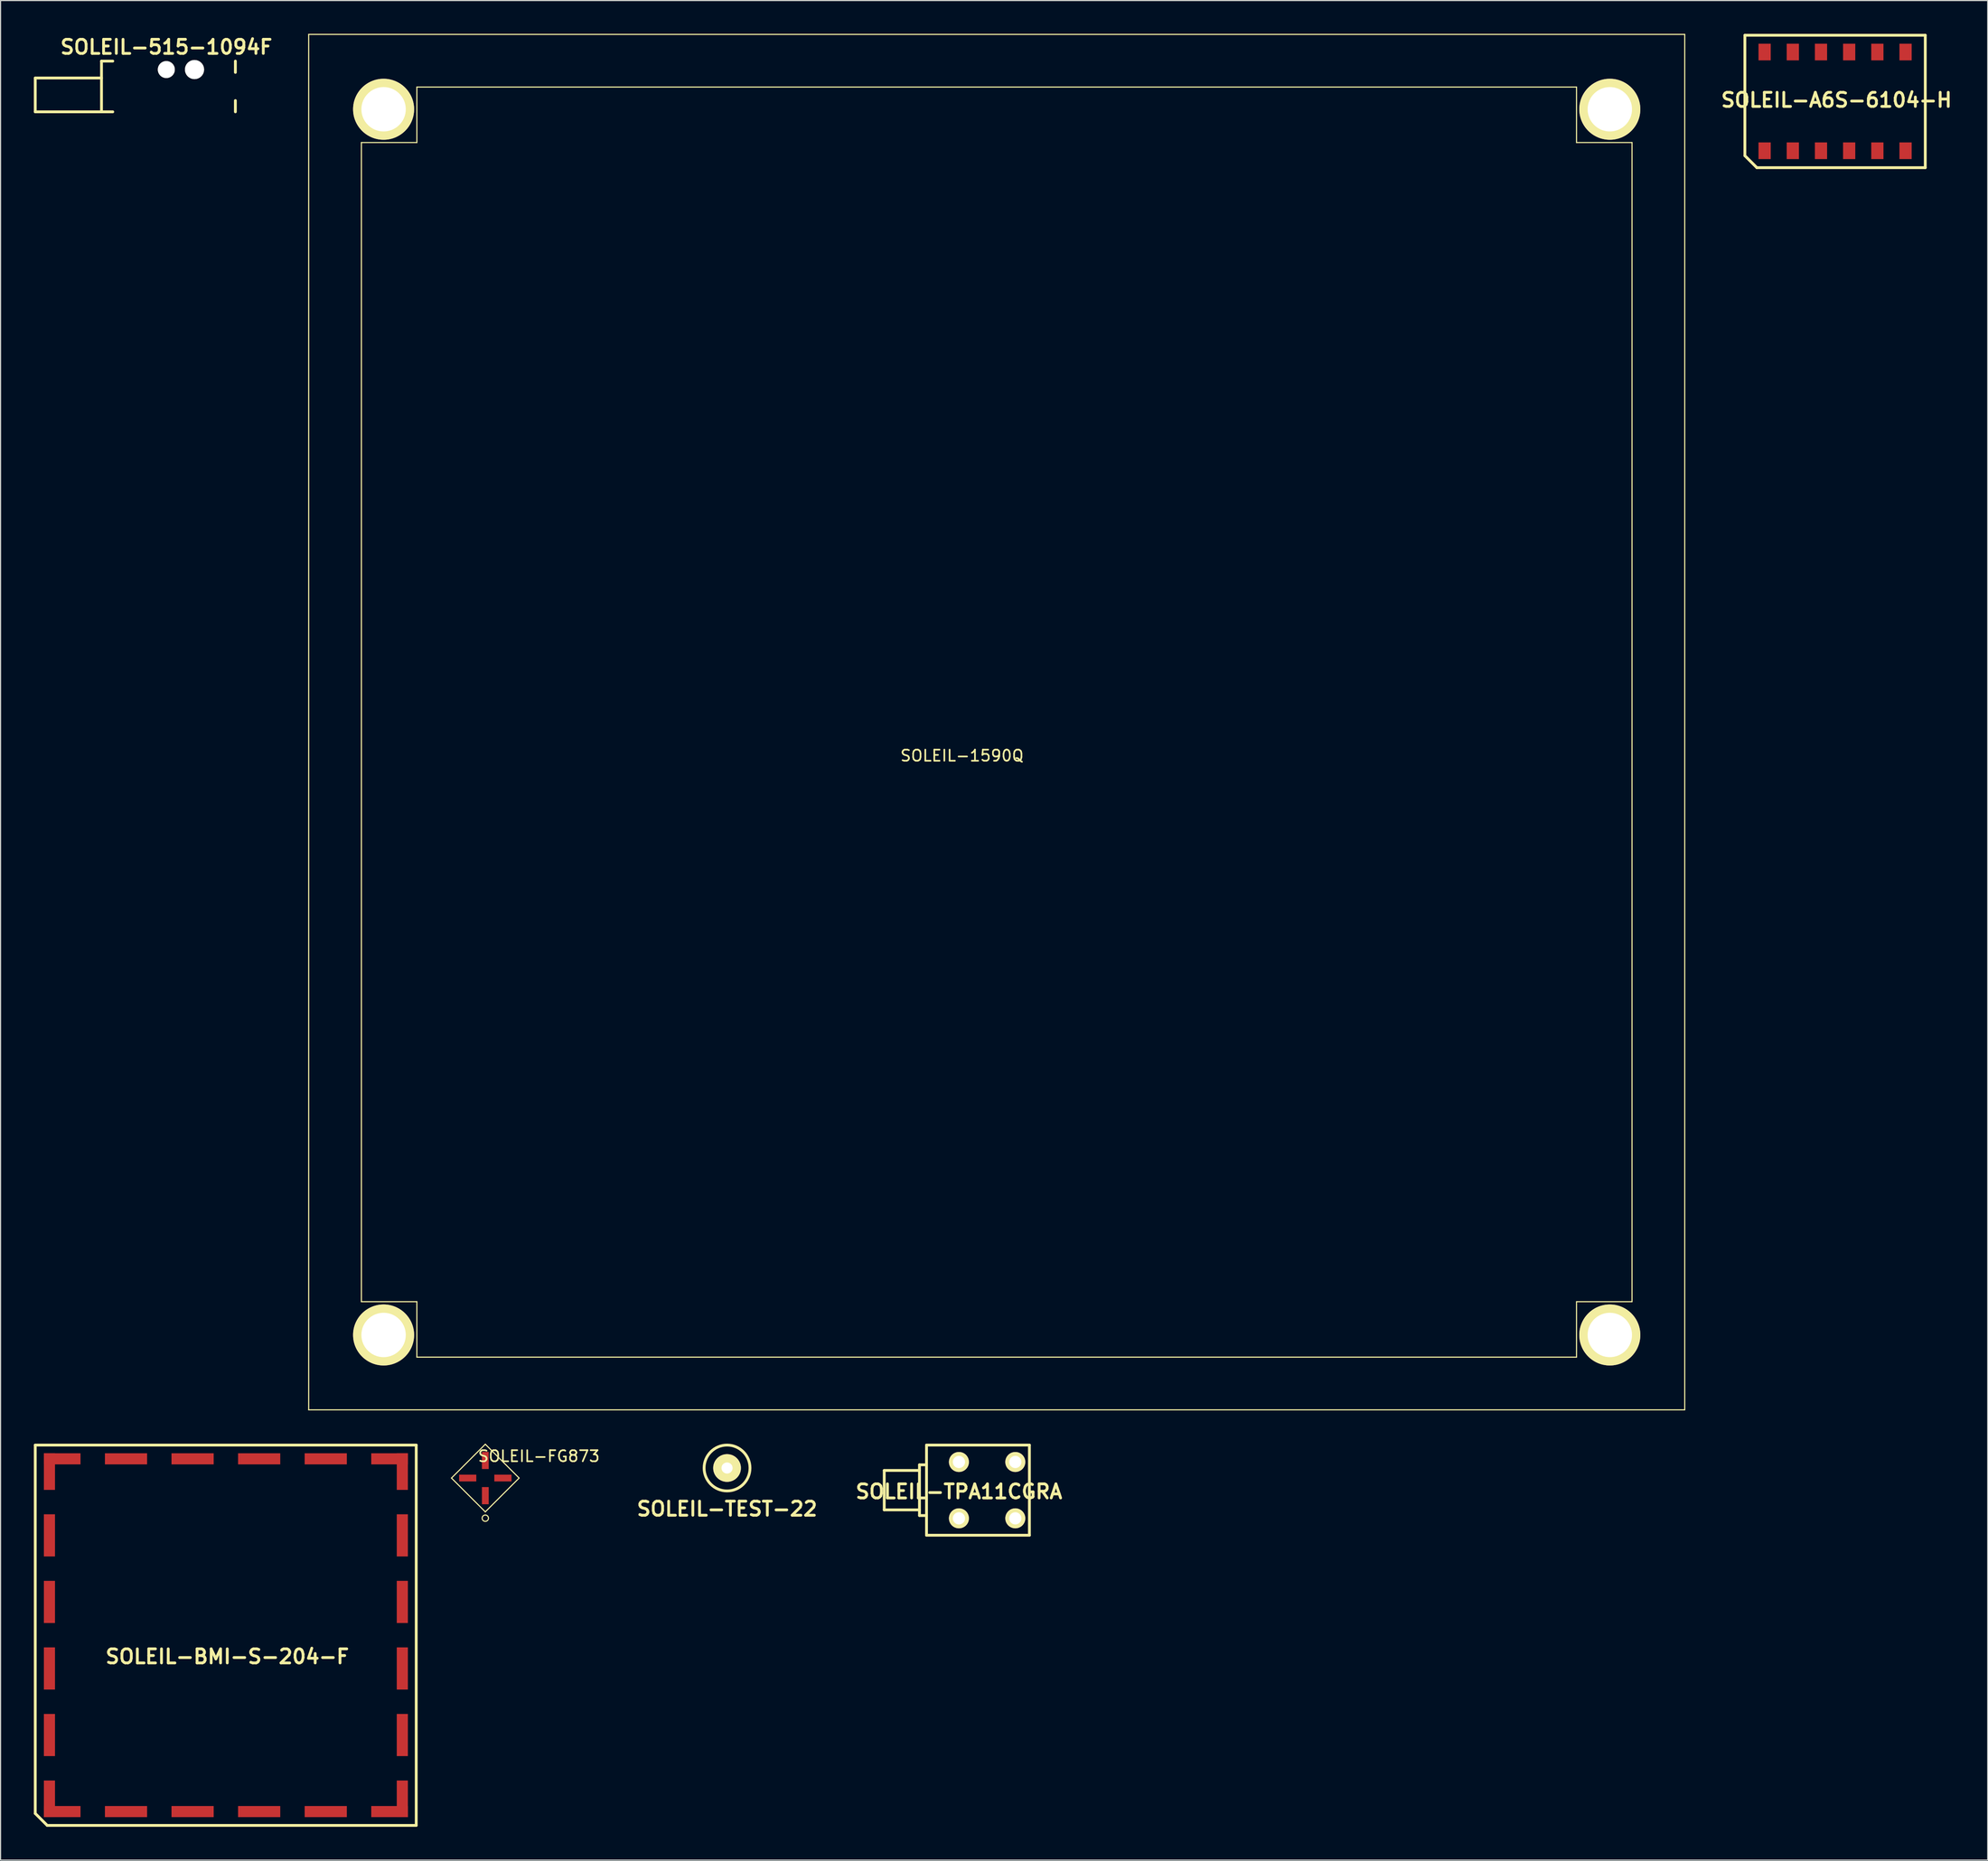
<source format=kicad_pcb>
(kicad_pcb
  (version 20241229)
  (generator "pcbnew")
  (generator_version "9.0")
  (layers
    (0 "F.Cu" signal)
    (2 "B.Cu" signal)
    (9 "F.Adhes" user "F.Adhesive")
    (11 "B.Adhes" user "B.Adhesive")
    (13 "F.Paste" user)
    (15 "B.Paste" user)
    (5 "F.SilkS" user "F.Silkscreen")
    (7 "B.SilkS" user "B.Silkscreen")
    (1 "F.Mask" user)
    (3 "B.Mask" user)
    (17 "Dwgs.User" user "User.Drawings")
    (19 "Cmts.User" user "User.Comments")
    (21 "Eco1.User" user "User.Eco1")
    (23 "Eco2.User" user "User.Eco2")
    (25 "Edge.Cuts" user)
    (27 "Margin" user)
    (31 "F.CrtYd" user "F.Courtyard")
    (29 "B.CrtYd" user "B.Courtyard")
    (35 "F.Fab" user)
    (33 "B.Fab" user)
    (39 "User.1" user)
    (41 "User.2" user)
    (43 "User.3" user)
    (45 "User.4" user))
  (footprint "SOLEIL-TPA11CGRA"
    (layer "F.Cu")
    (at 88.443 133.831)
    (property "Reference" "SOLEIL-TPA11CGRA" (at -5.08 -2.413 0) (layer "F.SilkS") (effects (font (size 1.27 1.27) (thickness 0.254))))
    (attr through_hole)
    (fp_line (start -11.811 -4.318) (end -8.636 -4.318) (stroke (width 0.254) (type solid)) (layer "F.SilkS"))
    (fp_line (start -11.811 -0.762) (end -11.811 -4.318) (stroke (width 0.254) (type solid)) (layer "F.SilkS"))
    (fp_line (start -11.811 -0.762) (end -8.636 -0.762) (stroke (width 0.254) (type solid)) (layer "F.SilkS"))
    (fp_line (start -8.636 -4.826) (end -8.636 -0.254) (stroke (width 0.254) (type solid)) (layer "F.SilkS"))
    (fp_line (start -8.636 -0.254) (end -8.001 -0.254) (stroke (width 0.254) (type solid)) (layer "F.SilkS"))
    (fp_line (start -8.128 -4.826) (end -8.636 -4.826) (stroke (width 0.254) (type solid)) (layer "F.SilkS"))
    (fp_line (start -8.001 -6.604) (end -8.001 1.524) (stroke (width 0.254) (type solid)) (layer "F.SilkS"))
    (fp_line (start 1.27 -6.604) (end -8.001 -6.604) (stroke (width 0.254) (type solid)) (layer "F.SilkS"))
    (fp_line (start 1.27 -6.604) (end 1.27 1.524) (stroke (width 0.254) (type solid)) (layer "F.SilkS"))
    (fp_line (start 1.27 1.524) (end -8.001 1.524) (stroke (width 0.254) (type solid)) (layer "F.SilkS"))
    (pad "1" thru_hole circle (at 0 0) (size 1.801 1.801) (drill 1.1) (layers "*.Cu" "*.Mask" "F.SilkS"))
    (pad "2" thru_hole circle (at 0 -5.08) (size 1.801 1.801) (drill 1.1) (layers "*.Cu" "*.Mask" "F.SilkS"))
    (pad "3" thru_hole circle (at -5.08 -5.08) (size 1.801 1.801) (drill 1.1) (layers "*.Cu" "*.Mask" "F.SilkS"))
    (pad "4" thru_hole circle (at -5.08 0) (size 1.801 1.801) (drill 1.1) (layers "*.Cu" "*.Mask" "F.SilkS")))
  (footprint "SOLEIL-FG873"
    (layer "F.Cu")
    (at 40.683 131.786)
    (property "Reference" "SOLEIL-FG873" (at 4.826 -3.556 0) (layer "F.SilkS") (effects (font (size 1 1) (thickness 0.15))))
    (attr through_hole)
    (fp_line (start -3.048 -1.587) (end 0 -4.636) (stroke (width 0.1) (type solid)) (layer "F.SilkS"))
    (fp_line (start 0 -4.636) (end 3.048 -1.587) (stroke (width 0.1) (type solid)) (layer "F.SilkS"))
    (fp_line (start 0 1.46) (end -3.048 -1.587) (stroke (width 0.1) (type solid)) (layer "F.SilkS"))
    (fp_line (start 3.048 -1.587) (end 0 1.46) (stroke (width 0.1) (type solid)) (layer "F.SilkS"))
    (fp_circle (center 0 2.032) (end 0.127 2.286) (stroke (width 0.1) (type solid)) (fill no) (layer "F.SilkS"))
    (pad "1" smd rect (at 0 0) (size 0.61 1.549) (layers "F.Cu" "F.Mask" "F.Paste"))
    (pad "2" smd rect (at 1.587 -1.587) (size 1.549 0.61) (layers "F.Cu" "F.Mask" "F.Paste"))
    (pad "3" smd rect (at 0 -3.175) (size 0.61 1.549) (layers "F.Cu" "F.Mask" "F.Paste"))
    (pad "4" smd rect (at -1.587 -1.587) (size 1.549 0.61) (layers "F.Cu" "F.Mask" "F.Paste")))
  (footprint "SOLEIL-1590Q"
    (layer "F.Cu")
    (at 26.767 122.05)
    (property "Reference" "SOLEIL-1590Q" (at 56.875 -56.975 0) (layer "F.SilkS") (effects (font (size 1 1) (thickness 0.15))))
    (attr through_hole)
    (fp_line (start -2 -122) (end -2 2) (stroke (width 0.1) (type solid)) (layer "F.SilkS"))
    (fp_line (start -2 2) (end 122 2) (stroke (width 0.1) (type solid)) (layer "F.SilkS"))
    (fp_line (start 2.75 -112.25) (end 2.75 -7.75) (stroke (width 0.1) (type solid)) (layer "F.SilkS"))
    (fp_line (start 2.75 -112.25) (end 7.75 -112.25) (stroke (width 0.1) (type solid)) (layer "F.SilkS"))
    (fp_line (start 7.75 -112.25) (end 7.75 -117.25) (stroke (width 0.1) (type solid)) (layer "F.SilkS"))
    (fp_line (start 7.75 -7.75) (end 2.75 -7.75) (stroke (width 0.1) (type solid)) (layer "F.SilkS"))
    (fp_line (start 7.75 -2.75) (end 7.75 -7.75) (stroke (width 0.1) (type solid)) (layer "F.SilkS"))
    (fp_line (start 7.75 -2.75) (end 112.25 -2.75) (stroke (width 0.1) (type solid)) (layer "F.SilkS"))
    (fp_line (start 112.25 -117.25) (end 7.75 -117.25) (stroke (width 0.1) (type solid)) (layer "F.SilkS"))
    (fp_line (start 112.25 -117.25) (end 112.25 -112.25) (stroke (width 0.1) (type solid)) (layer "F.SilkS"))
    (fp_line (start 112.25 -112.25) (end 117.25 -112.25) (stroke (width 0.1) (type solid)) (layer "F.SilkS"))
    (fp_line (start 112.25 -7.75) (end 112.25 -2.75) (stroke (width 0.1) (type solid)) (layer "F.SilkS"))
    (fp_line (start 117.25 -112.25) (end 117.25 -7.75) (stroke (width 0.1) (type solid)) (layer "F.SilkS"))
    (fp_line (start 117.25 -7.75) (end 112.25 -7.75) (stroke (width 0.1) (type solid)) (layer "F.SilkS"))
    (fp_line (start 122 -122) (end -2 -122) (stroke (width 0.1) (type solid)) (layer "F.SilkS"))
    (fp_line (start 122 2) (end 122 -122) (stroke (width 0.1) (type solid)) (layer "F.SilkS"))
    (pad "" smd rect (at 0 -60) (size 2.5 120) (layers "F.Mask"))
    (pad "" smd rect (at 60 -120) (size 122.5 2.5) (layers "F.Mask"))
    (pad "" smd rect (at 60 0) (size 122.5 2.5) (layers "F.Mask"))
    (pad "" smd rect (at 120 -60) (size 2.5 120) (layers "F.Mask"))
    (pad "1" thru_hole circle (at 4.75 -4.75) (size 5.5 5.5) (drill 4) (layers "*.Cu" "*.Mask" "F.SilkS"))
    (pad "3" thru_hole circle (at 115.25 -4.75) (size 5.5 5.5) (drill 4) (layers "*.Cu" "*.Mask" "F.SilkS"))
    (pad "5" thru_hole circle (at 115.25 -115.25) (size 5.5 5.5) (drill 4) (layers "*.Cu" "*.Mask" "F.SilkS"))
    (pad "7" thru_hole circle (at 4.75 -115.25) (size 5.5 5.5) (drill 4) (layers "*.Cu" "*.Mask" "F.SilkS")))
  (footprint "SOLEIL-A6S-6104-H"
    (layer "F.Cu")
    (at 155.966 10.541)
    (property "Reference" "SOLEIL-A6S-6104-H" (at 6.477 -4.572 0) (layer "F.SilkS") (effects (font (size 1.27 1.27) (thickness 0.254))))
    (attr through_hole)
    (fp_line (start -1.778 -10.414) (end 14.478 -10.414) (stroke (width 0.254) (type solid)) (layer "F.SilkS"))
    (fp_line (start -1.778 0.445) (end -1.778 -10.414) (stroke (width 0.254) (type solid)) (layer "F.SilkS"))
    (fp_line (start -1.778 0.445) (end -0.699 1.524) (stroke (width 0.254) (type solid)) (layer "F.SilkS"))
    (fp_line (start -0.699 1.524) (end 14.478 1.524) (stroke (width 0.254) (type solid)) (layer "F.SilkS"))
    (fp_line (start 14.478 -10.414) (end 14.478 1.524) (stroke (width 0.254) (type solid)) (layer "F.SilkS"))
    (pad "1" smd rect (at 0 0) (size 1.1 1.501) (layers "F.Cu" "F.Mask" "F.Paste"))
    (pad "2" smd rect (at 2.54 0) (size 1.1 1.501) (layers "F.Cu" "F.Mask" "F.Paste"))
    (pad "3" smd rect (at 5.08 0) (size 1.1 1.501) (layers "F.Cu" "F.Mask" "F.Paste"))
    (pad "4" smd rect (at 7.62 0) (size 1.1 1.501) (layers "F.Cu" "F.Mask" "F.Paste"))
    (pad "5" smd rect (at 10.16 0) (size 1.1 1.501) (layers "F.Cu" "F.Mask" "F.Paste"))
    (pad "6" smd rect (at 12.7 0) (size 1.1 1.501) (layers "F.Cu" "F.Mask" "F.Paste"))
    (pad "7" smd rect (at 12.7 -8.9) (size 1.1 1.501) (layers "F.Cu" "F.Mask" "F.Paste"))
    (pad "8" smd rect (at 10.16 -8.9) (size 1.1 1.501) (layers "F.Cu" "F.Mask" "F.Paste"))
    (pad "9" smd rect (at 7.62 -8.9) (size 1.1 1.501) (layers "F.Cu" "F.Mask" "F.Paste"))
    (pad "10" smd rect (at 5.08 -8.9) (size 1.1 1.501) (layers "F.Cu" "F.Mask" "F.Paste"))
    (pad "11" smd rect (at 2.54 -8.9) (size 1.1 1.501) (layers "F.Cu" "F.Mask" "F.Paste"))
    (pad "12" smd rect (at 0 -8.9) (size 1.1 1.501) (layers "F.Cu" "F.Mask" "F.Paste")))
  (footprint "SOLEIL-515-1094F"
    (layer "F.Cu")
    (at 11.938 3.221)
    (property "Reference" "SOLEIL-515-1094F" (at 0 -2.032 0) (layer "F.SilkS") (effects (font (size 1.27 1.27) (thickness 0.254))))
    (attr through_hole)
    (fp_line (start -11.811 0.762) (end -5.842 0.762) (stroke (width 0.254) (type solid)) (layer "F.SilkS"))
    (fp_line (start -11.811 3.81) (end -11.811 0.762) (stroke (width 0.254) (type solid)) (layer "F.SilkS"))
    (fp_line (start -11.811 3.81) (end -4.826 3.81) (stroke (width 0.254) (type solid)) (layer "F.SilkS"))
    (fp_line (start -5.842 -0.762) (end -4.826 -0.762) (stroke (width 0.254) (type solid)) (layer "F.SilkS"))
    (fp_line (start -5.842 3.81) (end -5.842 -0.762) (stroke (width 0.254) (type solid)) (layer "F.SilkS"))
    (fp_line (start 6.223 -0.762) (end 6.223 0.254) (stroke (width 0.254) (type solid)) (layer "F.SilkS"))
    (fp_line (start 6.223 3.81) (end 6.223 2.794) (stroke (width 0.254) (type solid)) (layer "F.SilkS"))
    (pad "" np_thru_hole circle (at 0 0) (size 1.529 1.529) (drill 1.529) (layers "*.Cu" "*.Mask" "F.SilkS"))
    (pad "" np_thru_hole circle (at 2.54 0) (size 1.72 1.72) (drill 1.72) (layers "*.Cu" "*.Mask" "F.SilkS")))
  (footprint "SOLEIL-BMI-S-204-F"
    (layer "F.Cu")
    (at 2.555 160.266)
    (property "Reference" "SOLEIL-BMI-S-204-F" (at 14.875 -13.975 0) (layer "F.SilkS") (effects (font (size 1.27 1.27) (thickness 0.254))))
    (attr through_hole)
    (fp_line (start -2.428 -33.039) (end 31.903 -33.039) (stroke (width 0.254) (type solid)) (layer "F.SilkS"))
    (fp_line (start -2.428 0.17) (end -2.428 -33.039) (stroke (width 0.254) (type solid)) (layer "F.SilkS"))
    (fp_line (start -2.428 0.17) (end -1.349 1.249) (stroke (width 0.254) (type solid)) (layer "F.SilkS"))
    (fp_line (start -1.349 1.249) (end 31.9 1.249) (stroke (width 0.254) (type solid)) (layer "F.SilkS"))
    (fp_line (start 31.903 -33.039) (end 31.903 1.249) (stroke (width 0.254) (type solid)) (layer "F.SilkS"))
    (pad "1" smd rect (at 0 0) (size 3.3 1) (layers "F.Cu" "F.Mask" "F.Paste"))
    (pad "2" smd rect (at 5.75 0) (size 3.8 1) (layers "F.Cu" "F.Mask" "F.Paste"))
    (pad "3" smd rect (at 11.75 0) (size 3.8 1) (layers "F.Cu" "F.Mask" "F.Paste"))
    (pad "4" smd rect (at 17.75 0) (size 3.8 1) (layers "F.Cu" "F.Mask" "F.Paste"))
    (pad "5" smd rect (at 23.75 0) (size 3.8 1) (layers "F.Cu" "F.Mask" "F.Paste"))
    (pad "6" smd rect (at 29.5 0) (size 3.3 1) (layers "F.Cu" "F.Mask" "F.Paste"))
    (pad "7" smd rect (at 30.65 -1.15) (size 1 3.3) (layers "F.Cu" "F.Mask" "F.Paste"))
    (pad "8" smd rect (at 30.65 -6.9) (size 1 3.8) (layers "F.Cu" "F.Mask" "F.Paste"))
    (pad "9" smd rect (at 30.65 -12.9) (size 1 3.8) (layers "F.Cu" "F.Mask" "F.Paste"))
    (pad "10" smd rect (at 30.65 -18.9) (size 1 3.8) (layers "F.Cu" "F.Mask" "F.Paste"))
    (pad "11" smd rect (at 30.65 -24.9) (size 1 3.8) (layers "F.Cu" "F.Mask" "F.Paste"))
    (pad "12" smd rect (at 30.65 -30.65) (size 1 3.3) (layers "F.Cu" "F.Mask" "F.Paste"))
    (pad "13" smd rect (at 29.5 -31.8) (size 3.3 1) (layers "F.Cu" "F.Mask" "F.Paste"))
    (pad "14" smd rect (at 23.75 -31.8) (size 3.8 1) (layers "F.Cu" "F.Mask" "F.Paste"))
    (pad "15" smd rect (at 17.75 -31.8) (size 3.8 1) (layers "F.Cu" "F.Mask" "F.Paste"))
    (pad "16" smd rect (at 11.75 -31.8) (size 3.8 1) (layers "F.Cu" "F.Mask" "F.Paste"))
    (pad "17" smd rect (at 5.75 -31.8) (size 3.8 1) (layers "F.Cu" "F.Mask" "F.Paste"))
    (pad "18" smd rect (at 0 -31.8) (size 3.3 1) (layers "F.Cu" "F.Mask" "F.Paste"))
    (pad "19" smd rect (at -1.15 -30.65) (size 1 3.3) (layers "F.Cu" "F.Mask" "F.Paste"))
    (pad "20" smd rect (at -1.15 -24.9) (size 1 3.8) (layers "F.Cu" "F.Mask" "F.Paste"))
    (pad "21" smd rect (at -1.15 -18.9) (size 1 3.8) (layers "F.Cu" "F.Mask" "F.Paste"))
    (pad "22" smd rect (at -1.15 -12.9) (size 1 3.8) (layers "F.Cu" "F.Mask" "F.Paste"))
    (pad "23" smd rect (at -1.15 -6.9) (size 1 3.8) (layers "F.Cu" "F.Mask" "F.Paste"))
    (pad "24" smd rect (at -1.15 -1.15) (size 1 3.3) (layers "F.Cu" "F.Mask" "F.Paste")))
  (footprint "SOLEIL-TEST-22"
    (layer "F.Cu")
    (at 62.468 129.294)
    (property "Reference" "SOLEIL-TEST-22" (at 0 3.683 0) (layer "F.SilkS") (effects (font (size 1.27 1.27) (thickness 0.254))))
    (attr through_hole)
    (fp_circle (center 0 0) (end -1.397 -1.524) (stroke (width 0.254) (type solid)) (fill no) (layer "F.SilkS"))
    (pad "1" thru_hole circle (at 0 0) (size 2.499 2.499) (drill 1.001) (layers "*.Cu" "*.Mask" "F.SilkS")))
  (gr_rect
    (start -3 -3)
    (end 176.068 164.642)
    (stroke (width 0.1) (type default))
    (fill no)
    (layer "Edge.Cuts")))
</source>
